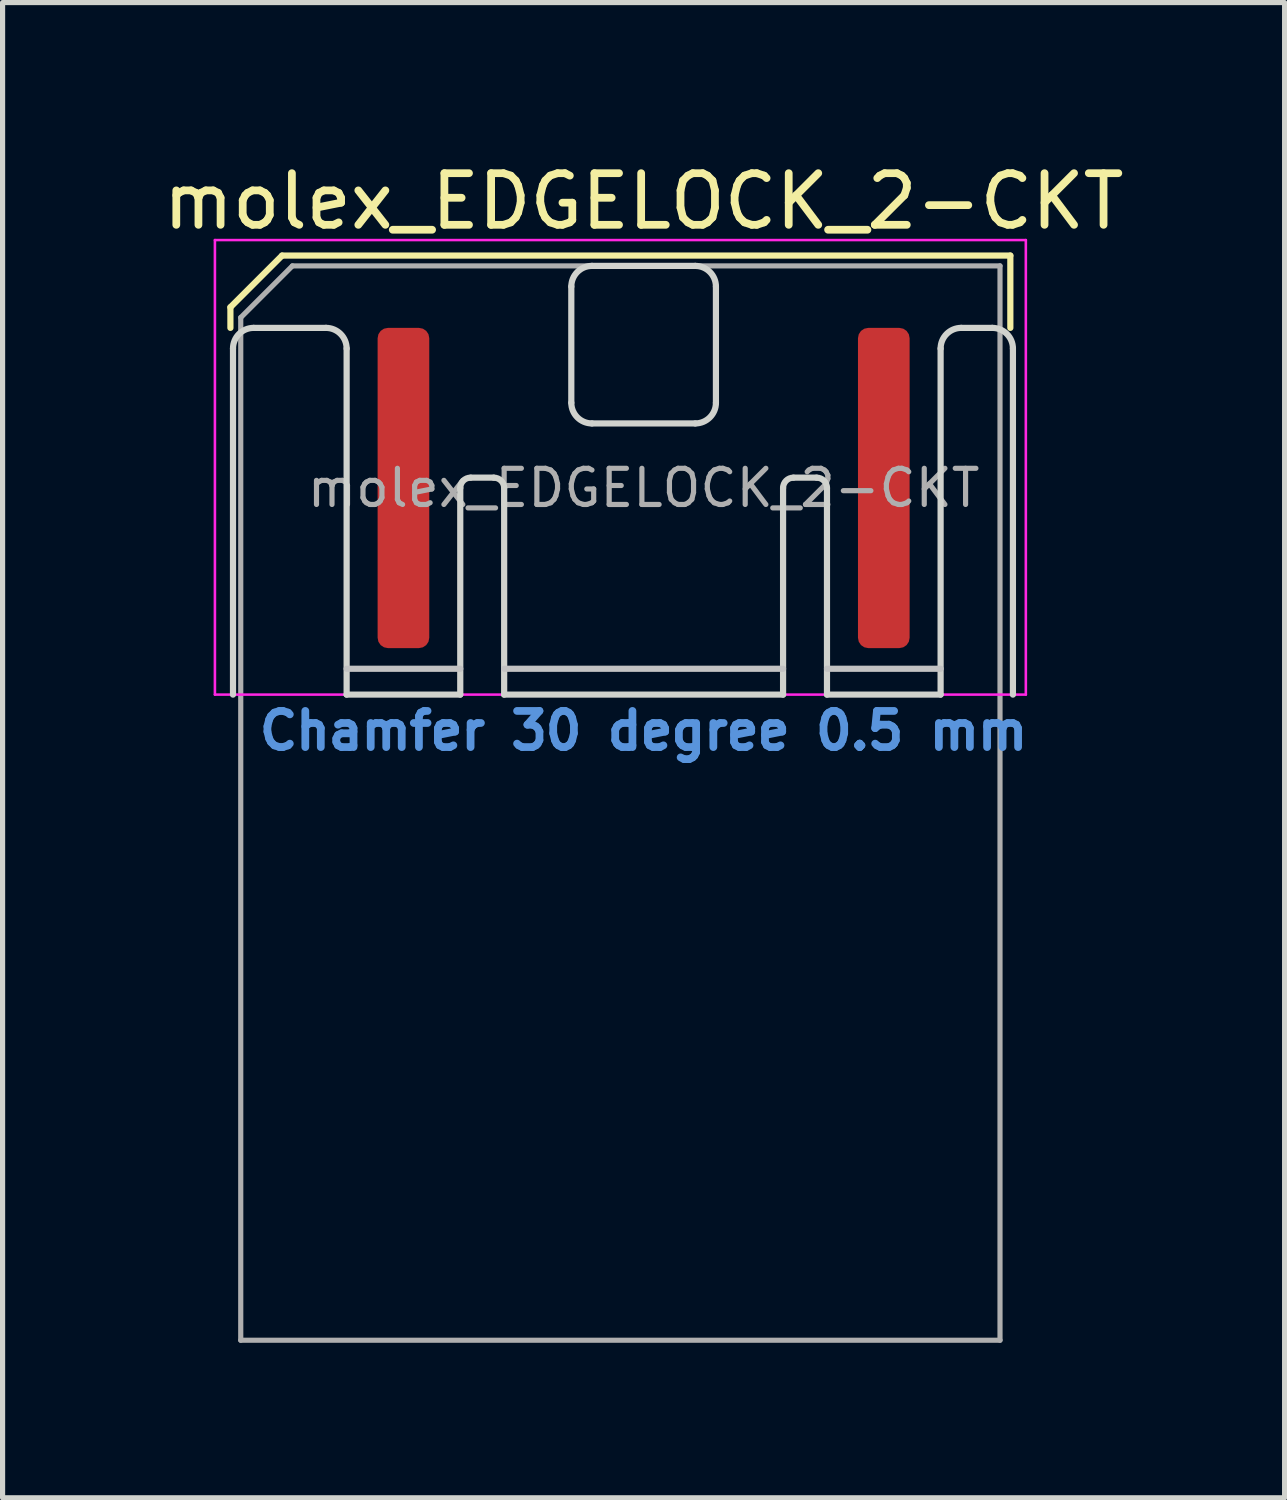
<source format=kicad_pcb>
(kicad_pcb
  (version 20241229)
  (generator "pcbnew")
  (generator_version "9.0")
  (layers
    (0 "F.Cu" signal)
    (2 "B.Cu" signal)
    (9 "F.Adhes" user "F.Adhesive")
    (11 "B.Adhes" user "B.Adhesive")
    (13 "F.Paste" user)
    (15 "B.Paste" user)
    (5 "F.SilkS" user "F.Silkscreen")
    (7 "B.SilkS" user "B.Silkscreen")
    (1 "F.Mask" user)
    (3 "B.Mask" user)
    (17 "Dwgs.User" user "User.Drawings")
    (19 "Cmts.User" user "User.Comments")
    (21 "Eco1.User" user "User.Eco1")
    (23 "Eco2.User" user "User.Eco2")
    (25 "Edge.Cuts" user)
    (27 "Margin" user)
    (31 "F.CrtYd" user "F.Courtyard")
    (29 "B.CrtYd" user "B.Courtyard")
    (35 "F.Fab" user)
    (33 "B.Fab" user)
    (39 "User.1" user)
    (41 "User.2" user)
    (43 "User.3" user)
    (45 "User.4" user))
  (footprint "molex_EDGELOCK_2-CKT"
    (layer "F.Cu")
    (at 9.411 6.398)
    (property "Reference" "molex_EDGELOCK_2-CKT" (at 0 -5.55 0) (layer "F.SilkS") (effects (font (size 1 1) (thickness 0.15))))
    (attr exclude_from_pos_files exclude_from_bom)
    (fp_line (start -8 -3.5) (end -7 -4.5) (stroke (width 0.12) (type solid)) (layer "F.SilkS"))
    (fp_line (start -8 -3.1) (end -8 -3.5) (stroke (width 0.12) (type solid)) (layer "F.SilkS"))
    (fp_line (start -7 -4.5) (end 7.1 -4.5) (stroke (width 0.12) (type solid)) (layer "F.SilkS"))
    (fp_line (start 7.1 -4.5) (end 7.1 -3.1) (stroke (width 0.12) (type solid)) (layer "F.SilkS"))
    (fp_line (start -5.75 3.5) (end -3.55 3.5) (stroke (width 0.12) (type solid)) (layer "Dwgs.User"))
    (fp_line (start -2.7 3.5) (end 2.7 3.5) (stroke (width 0.12) (type solid)) (layer "Dwgs.User"))
    (fp_line (start 3.55 3.5) (end 5.75 3.5) (stroke (width 0.12) (type solid)) (layer "Dwgs.User"))
    (fp_line (start -7.95 4) (end -7.95 -2.7) (stroke (width 0.12) (type solid)) (layer "Edge.Cuts"))
    (fp_line (start -7.55 -3.1) (end -6.15 -3.1) (stroke (width 0.12) (type solid)) (layer "Edge.Cuts"))
    (fp_line (start -5.75 -2.7) (end -5.75 4) (stroke (width 0.12) (type solid)) (layer "Edge.Cuts"))
    (fp_line (start -5.75 4) (end -3.55 4) (stroke (width 0.12) (type solid)) (layer "Edge.Cuts"))
    (fp_line (start -3.55 4) (end -3.55 0) (stroke (width 0.12) (type solid)) (layer "Edge.Cuts"))
    (fp_line (start -3.35 -0.2) (end -2.9 -0.2) (stroke (width 0.12) (type solid)) (layer "Edge.Cuts"))
    (fp_line (start -2.7 0) (end -2.7 4) (stroke (width 0.12) (type solid)) (layer "Edge.Cuts"))
    (fp_line (start -2.7 4) (end 2.7 4) (stroke (width 0.12) (type solid)) (layer "Edge.Cuts"))
    (fp_line (start -1.4 -3.9) (end -1.4 -1.65) (stroke (width 0.12) (type solid)) (layer "Edge.Cuts"))
    (fp_line (start -1 -1.25) (end 1 -1.25) (stroke (width 0.12) (type solid)) (layer "Edge.Cuts"))
    (fp_line (start 1 -4.3) (end -1 -4.3) (stroke (width 0.12) (type solid)) (layer "Edge.Cuts"))
    (fp_line (start 1.4 -1.65) (end 1.4 -3.9) (stroke (width 0.12) (type solid)) (layer "Edge.Cuts"))
    (fp_line (start 2.7 4) (end 2.7 0) (stroke (width 0.12) (type solid)) (layer "Edge.Cuts"))
    (fp_line (start 2.9 -0.2) (end 3.35 -0.2) (stroke (width 0.12) (type solid)) (layer "Edge.Cuts"))
    (fp_line (start 3.55 0) (end 3.55 4) (stroke (width 0.12) (type solid)) (layer "Edge.Cuts"))
    (fp_line (start 3.55 4) (end 5.75 4) (stroke (width 0.12) (type solid)) (layer "Edge.Cuts"))
    (fp_line (start 5.75 4) (end 5.75 -2.7) (stroke (width 0.12) (type solid)) (layer "Edge.Cuts"))
    (fp_line (start 6.15 -3.1) (end 6.75 -3.1) (stroke (width 0.12) (type solid)) (layer "Edge.Cuts"))
    (fp_line (start 7.15 -2.7) (end 7.15 4) (stroke (width 0.12) (type solid)) (layer "Edge.Cuts"))
    (fp_arc (start -7.95 -2.7) (mid -7.832843 -2.982843) (end -7.55 -3.1) (stroke (width 0.12) (type solid)) (layer "Edge.Cuts"))
    (fp_arc (start -6.15 -3.1) (mid -5.867157 -2.982843) (end -5.75 -2.7) (stroke (width 0.12) (type solid)) (layer "Edge.Cuts"))
    (fp_arc (start -3.55 0) (mid -3.491421 -0.141421) (end -3.35 -0.2) (stroke (width 0.12) (type solid)) (layer "Edge.Cuts"))
    (fp_arc (start -2.9 -0.2) (mid -2.758579 -0.141421) (end -2.7 0) (stroke (width 0.12) (type solid)) (layer "Edge.Cuts"))
    (fp_arc (start -1.4 -3.9) (mid -1.282843 -4.182843) (end -1 -4.3) (stroke (width 0.12) (type solid)) (layer "Edge.Cuts"))
    (fp_arc (start -1 -1.25) (mid -1.282843 -1.367157) (end -1.4 -1.65) (stroke (width 0.12) (type solid)) (layer "Edge.Cuts"))
    (fp_arc (start 1 -4.3) (mid 1.282843 -4.182843) (end 1.4 -3.9) (stroke (width 0.12) (type solid)) (layer "Edge.Cuts"))
    (fp_arc (start 1.4 -1.65) (mid 1.282843 -1.367157) (end 1 -1.25) (stroke (width 0.12) (type solid)) (layer "Edge.Cuts"))
    (fp_arc (start 2.7 0) (mid 2.758579 -0.141421) (end 2.9 -0.2) (stroke (width 0.12) (type solid)) (layer "Edge.Cuts"))
    (fp_arc (start 3.35 -0.2) (mid 3.491421 -0.141421) (end 3.55 0) (stroke (width 0.12) (type solid)) (layer "Edge.Cuts"))
    (fp_arc (start 5.75 -2.7) (mid 5.867157 -2.982843) (end 6.15 -3.1) (stroke (width 0.12) (type solid)) (layer "Edge.Cuts"))
    (fp_arc (start 6.75 -3.1) (mid 7.032843 -2.982843) (end 7.15 -2.7) (stroke (width 0.12) (type solid)) (layer "Edge.Cuts"))
    (fp_line (start -8.3 -4.8) (end -8.3 4) (stroke (width 0.05) (type solid)) (layer "F.CrtYd"))
    (fp_line (start -8.3 4) (end 7.4 4) (stroke (width 0.05) (type solid)) (layer "F.CrtYd"))
    (fp_line (start 7.4 -4.8) (end -8.3 -4.8) (stroke (width 0.05) (type solid)) (layer "F.CrtYd"))
    (fp_line (start 7.4 4) (end 7.4 -4.8) (stroke (width 0.05) (type solid)) (layer "F.CrtYd"))
    (fp_line (start -7.8 -3.3) (end -6.8 -4.3) (stroke (width 0.1) (type solid)) (layer "F.Fab"))
    (fp_line (start -7.8 16.5) (end -7.8 -3.3) (stroke (width 0.1) (type solid)) (layer "F.Fab"))
    (fp_line (start -6.8 -4.3) (end 6.9 -4.3) (stroke (width 0.1) (type solid)) (layer "F.Fab"))
    (fp_line (start 6.9 -4.3) (end 6.9 16.5) (stroke (width 0.1) (type solid)) (layer "F.Fab"))
    (fp_line (start 6.9 16.5) (end -7.8 16.5) (stroke (width 0.1) (type solid)) (layer "F.Fab"))
    (fp_text user "Chamfer 30 degree 0.5 mm" (at 0 4.7 0) (layer "Cmts.User") (effects (font (size 0.7 0.7) (thickness 0.15))))
    (fp_text user "${REFERENCE}" (at 0 0 0) (layer "F.Fab") (effects (font (size 0.7 0.7) (thickness 0.1))))
    (pad "1" connect roundrect (at -4.65 0) (size 1 6.2) (layers "F.Cu" "F.Mask") (roundrect_rratio 0.2))
    (pad "2" connect roundrect (at 4.65 0) (size 1 6.2) (layers "F.Cu" "F.Mask") (roundrect_rratio 0.2)))
  (gr_rect
    (start -3 -3)
    (end 21.821 25.948)
    (stroke (width 0.1) (type default))
    (fill no)
    (layer "Edge.Cuts")))
</source>
